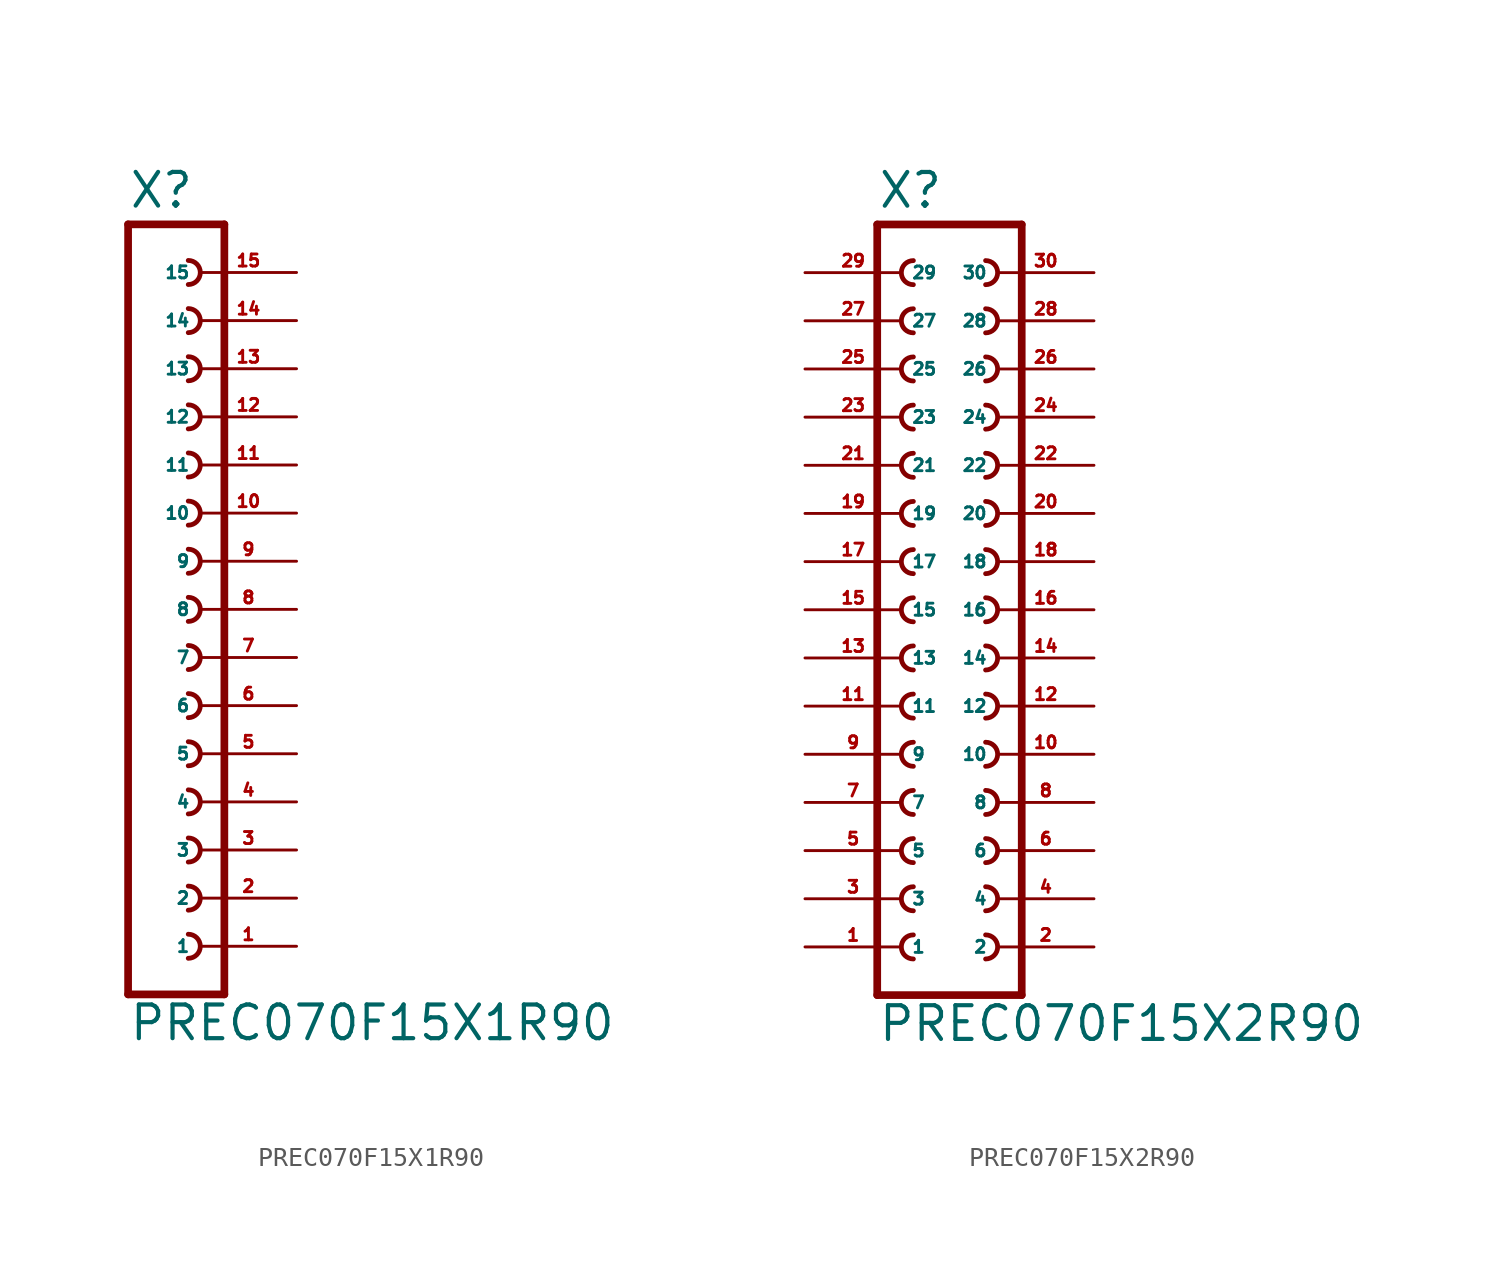
<source format=kicad_sym>
(kicad_symbol_lib
  (version 20220914)
  (generator Eagle2Kicad)
  (symbol "PREC070F15X1R90"
    (property "Reference" "X"
      (at -1.27 21.082 0)
      (effects (font (size 1.778 1.778) (thickness 0.22)) (justify left bottom)))
    (property "Value" "PREC070F15X1R90"
      (at -1.27 -22.86 0)
      (effects (font (size 1.778 1.778) (thickness 0.22)) (justify left bottom)))
    (polyline
      (pts (xy 3.81 -20.32) (xy -1.27 -20.32))
      (stroke (width 0.406) (type default))
      (fill (type none)))
    (arc
      (start 1.905 -13.335)
      (mid 2.540 -12.700)
      (end 1.905 -12.065)
      (stroke (width 0.254) (type default))
      (fill (type none)))
    (arc
      (start 1.905 -15.875)
      (mid 2.540 -15.240)
      (end 1.905 -14.605)
      (stroke (width 0.254) (type default))
      (fill (type none)))
    (arc
      (start 1.905 -18.415)
      (mid 2.540 -17.780)
      (end 1.905 -17.145)
      (stroke (width 0.254) (type default))
      (fill (type none)))
    (arc
      (start 1.905 -8.255)
      (mid 2.540 -7.620)
      (end 1.905 -6.985)
      (stroke (width 0.254) (type default))
      (fill (type none)))
    (arc
      (start 1.905 -10.795)
      (mid 2.540 -10.160)
      (end 1.905 -9.525)
      (stroke (width 0.254) (type default))
      (fill (type none)))
    (arc
      (start 1.905 -0.635)
      (mid 2.540 0.000)
      (end 1.905 0.635)
      (stroke (width 0.254) (type default))
      (fill (type none)))
    (arc
      (start 1.905 -3.175)
      (mid 2.540 -2.540)
      (end 1.905 -1.905)
      (stroke (width 0.254) (type default))
      (fill (type none)))
    (arc
      (start 1.905 -5.715)
      (mid 2.540 -5.080)
      (end 1.905 -4.445)
      (stroke (width 0.254) (type default))
      (fill (type none)))
    (arc
      (start 1.905 4.445)
      (mid 2.540 5.080)
      (end 1.905 5.715)
      (stroke (width 0.254) (type default))
      (fill (type none)))
    (arc
      (start 1.905 1.905)
      (mid 2.540 2.540)
      (end 1.905 3.175)
      (stroke (width 0.254) (type default))
      (fill (type none)))
    (arc
      (start 1.905 12.065)
      (mid 2.540 12.700)
      (end 1.905 13.335)
      (stroke (width 0.254) (type default))
      (fill (type none)))
    (arc
      (start 1.905 9.525)
      (mid 2.540 10.160)
      (end 1.905 10.795)
      (stroke (width 0.254) (type default))
      (fill (type none)))
    (arc
      (start 1.905 6.985)
      (mid 2.540 7.620)
      (end 1.905 8.255)
      (stroke (width 0.254) (type default))
      (fill (type none)))
    (arc
      (start 1.905 17.145)
      (mid 2.540 17.780)
      (end 1.905 18.415)
      (stroke (width 0.254) (type default))
      (fill (type none)))
    (arc
      (start 1.905 14.605)
      (mid 2.540 15.240)
      (end 1.905 15.875)
      (stroke (width 0.254) (type default))
      (fill (type none)))
    (polyline
      (pts (xy -1.27 20.32) (xy -1.27 -20.32))
      (stroke (width 0.406) (type default))
      (fill (type none)))
    (polyline
      (pts (xy 3.81 -20.32) (xy 3.81 20.32))
      (stroke (width 0.406) (type default))
      (fill (type none)))
    (polyline
      (pts (xy -1.27 20.32) (xy 3.81 20.32))
      (stroke (width 0.406) (type default))
      (fill (type none)))
    (pin passive line
      (at 7.62 -17.78 180)
      (length 5.08)
      (name "1" (effects (font (size 0.635 0.635) (thickness 0.08)) (justify left bottom)))
      (number "1" (effects (font (size 0.635 0.635) (thickness 0.08)) (justify left bottom))))
    (pin passive line
      (at 7.62 -15.24 180)
      (length 5.08)
      (name "2" (effects (font (size 0.635 0.635) (thickness 0.08)) (justify left bottom)))
      (number "2" (effects (font (size 0.635 0.635) (thickness 0.08)) (justify left bottom))))
    (pin passive line
      (at 7.62 -12.7 180)
      (length 5.08)
      (name "3" (effects (font (size 0.635 0.635) (thickness 0.08)) (justify left bottom)))
      (number "3" (effects (font (size 0.635 0.635) (thickness 0.08)) (justify left bottom))))
    (pin passive line
      (at 7.62 -10.16 180)
      (length 5.08)
      (name "4" (effects (font (size 0.635 0.635) (thickness 0.08)) (justify left bottom)))
      (number "4" (effects (font (size 0.635 0.635) (thickness 0.08)) (justify left bottom))))
    (pin passive line
      (at 7.62 -7.62 180)
      (length 5.08)
      (name "5" (effects (font (size 0.635 0.635) (thickness 0.08)) (justify left bottom)))
      (number "5" (effects (font (size 0.635 0.635) (thickness 0.08)) (justify left bottom))))
    (pin passive line
      (at 7.62 -5.08 180)
      (length 5.08)
      (name "6" (effects (font (size 0.635 0.635) (thickness 0.08)) (justify left bottom)))
      (number "6" (effects (font (size 0.635 0.635) (thickness 0.08)) (justify left bottom))))
    (pin passive line
      (at 7.62 -2.54 180)
      (length 5.08)
      (name "7" (effects (font (size 0.635 0.635) (thickness 0.08)) (justify left bottom)))
      (number "7" (effects (font (size 0.635 0.635) (thickness 0.08)) (justify left bottom))))
    (pin passive line
      (at 7.62 0 180)
      (length 5.08)
      (name "8" (effects (font (size 0.635 0.635) (thickness 0.08)) (justify left bottom)))
      (number "8" (effects (font (size 0.635 0.635) (thickness 0.08)) (justify left bottom))))
    (pin passive line
      (at 7.62 2.54 180)
      (length 5.08)
      (name "9" (effects (font (size 0.635 0.635) (thickness 0.08)) (justify left bottom)))
      (number "9" (effects (font (size 0.635 0.635) (thickness 0.08)) (justify left bottom))))
    (pin passive line
      (at 7.62 5.08 180)
      (length 5.08)
      (name "10" (effects (font (size 0.635 0.635) (thickness 0.08)) (justify left bottom)))
      (number "10" (effects (font (size 0.635 0.635) (thickness 0.08)) (justify left bottom))))
    (pin passive line
      (at 7.62 7.62 180)
      (length 5.08)
      (name "11" (effects (font (size 0.635 0.635) (thickness 0.08)) (justify left bottom)))
      (number "11" (effects (font (size 0.635 0.635) (thickness 0.08)) (justify left bottom))))
    (pin passive line
      (at 7.62 10.16 180)
      (length 5.08)
      (name "12" (effects (font (size 0.635 0.635) (thickness 0.08)) (justify left bottom)))
      (number "12" (effects (font (size 0.635 0.635) (thickness 0.08)) (justify left bottom))))
    (pin passive line
      (at 7.62 12.7 180)
      (length 5.08)
      (name "13" (effects (font (size 0.635 0.635) (thickness 0.08)) (justify left bottom)))
      (number "13" (effects (font (size 0.635 0.635) (thickness 0.08)) (justify left bottom))))
    (pin passive line
      (at 7.62 15.24 180)
      (length 5.08)
      (name "14" (effects (font (size 0.635 0.635) (thickness 0.08)) (justify left bottom)))
      (number "14" (effects (font (size 0.635 0.635) (thickness 0.08)) (justify left bottom))))
    (pin passive line
      (at 7.62 17.78 180)
      (length 5.08)
      (name "15" (effects (font (size 0.635 0.635) (thickness 0.08)) (justify left bottom)))
      (number "15" (effects (font (size 0.635 0.635) (thickness 0.08)) (justify left bottom)))))
  (symbol "PREC070F15X2R90"
    (property "Reference" "X"
      (at -3.81 21.082 0)
      (effects (font (size 1.778 1.778) (thickness 0.22)) (justify left bottom)))
    (property "Value" "PREC070F15X2R90"
      (at -3.81 -22.86 0)
      (effects (font (size 1.778 1.778) (thickness 0.22)) (justify left bottom)))
    (polyline
      (pts (xy 3.81 -20.32) (xy -3.81 -20.32))
      (stroke (width 0.406) (type default))
      (fill (type none)))
    (arc
      (start -1.905 -12.065)
      (mid -2.540 -12.700)
      (end -1.905 -13.335)
      (stroke (width 0.254) (type default))
      (fill (type none)))
    (arc
      (start -1.905 -14.605)
      (mid -2.540 -15.240)
      (end -1.905 -15.875)
      (stroke (width 0.254) (type default))
      (fill (type none)))
    (arc
      (start -1.905 -17.145)
      (mid -2.540 -17.780)
      (end -1.905 -18.415)
      (stroke (width 0.254) (type default))
      (fill (type none)))
    (arc
      (start 1.905 -13.335)
      (mid 2.540 -12.700)
      (end 1.905 -12.065)
      (stroke (width 0.254) (type default))
      (fill (type none)))
    (arc
      (start 1.905 -15.875)
      (mid 2.540 -15.240)
      (end 1.905 -14.605)
      (stroke (width 0.254) (type default))
      (fill (type none)))
    (arc
      (start 1.905 -18.415)
      (mid 2.540 -17.780)
      (end 1.905 -17.145)
      (stroke (width 0.254) (type default))
      (fill (type none)))
    (arc
      (start -1.905 -6.985)
      (mid -2.540 -7.620)
      (end -1.905 -8.255)
      (stroke (width 0.254) (type default))
      (fill (type none)))
    (arc
      (start -1.905 -9.525)
      (mid -2.540 -10.160)
      (end -1.905 -10.795)
      (stroke (width 0.254) (type default))
      (fill (type none)))
    (arc
      (start 1.905 -8.255)
      (mid 2.540 -7.620)
      (end 1.905 -6.985)
      (stroke (width 0.254) (type default))
      (fill (type none)))
    (arc
      (start 1.905 -10.795)
      (mid 2.540 -10.160)
      (end 1.905 -9.525)
      (stroke (width 0.254) (type default))
      (fill (type none)))
    (arc
      (start -1.905 0.635)
      (mid -2.540 0.000)
      (end -1.905 -0.635)
      (stroke (width 0.254) (type default))
      (fill (type none)))
    (arc
      (start -1.905 -1.905)
      (mid -2.540 -2.540)
      (end -1.905 -3.175)
      (stroke (width 0.254) (type default))
      (fill (type none)))
    (arc
      (start -1.905 -4.445)
      (mid -2.540 -5.080)
      (end -1.905 -5.715)
      (stroke (width 0.254) (type default))
      (fill (type none)))
    (arc
      (start 1.905 -0.635)
      (mid 2.540 0.000)
      (end 1.905 0.635)
      (stroke (width 0.254) (type default))
      (fill (type none)))
    (arc
      (start 1.905 -3.175)
      (mid 2.540 -2.540)
      (end 1.905 -1.905)
      (stroke (width 0.254) (type default))
      (fill (type none)))
    (arc
      (start 1.905 -5.715)
      (mid 2.540 -5.080)
      (end 1.905 -4.445)
      (stroke (width 0.254) (type default))
      (fill (type none)))
    (arc
      (start -1.905 5.715)
      (mid -2.540 5.080)
      (end -1.905 4.445)
      (stroke (width 0.254) (type default))
      (fill (type none)))
    (arc
      (start -1.905 3.175)
      (mid -2.540 2.540)
      (end -1.905 1.905)
      (stroke (width 0.254) (type default))
      (fill (type none)))
    (arc
      (start 1.905 4.445)
      (mid 2.540 5.080)
      (end 1.905 5.715)
      (stroke (width 0.254) (type default))
      (fill (type none)))
    (arc
      (start 1.905 1.905)
      (mid 2.540 2.540)
      (end 1.905 3.175)
      (stroke (width 0.254) (type default))
      (fill (type none)))
    (arc
      (start -1.905 13.335)
      (mid -2.540 12.700)
      (end -1.905 12.065)
      (stroke (width 0.254) (type default))
      (fill (type none)))
    (arc
      (start -1.905 10.795)
      (mid -2.540 10.160)
      (end -1.905 9.525)
      (stroke (width 0.254) (type default))
      (fill (type none)))
    (arc
      (start -1.905 8.255)
      (mid -2.540 7.620)
      (end -1.905 6.985)
      (stroke (width 0.254) (type default))
      (fill (type none)))
    (arc
      (start 1.905 12.065)
      (mid 2.540 12.700)
      (end 1.905 13.335)
      (stroke (width 0.254) (type default))
      (fill (type none)))
    (arc
      (start 1.905 9.525)
      (mid 2.540 10.160)
      (end 1.905 10.795)
      (stroke (width 0.254) (type default))
      (fill (type none)))
    (arc
      (start 1.905 6.985)
      (mid 2.540 7.620)
      (end 1.905 8.255)
      (stroke (width 0.254) (type default))
      (fill (type none)))
    (arc
      (start -1.905 18.415)
      (mid -2.540 17.780)
      (end -1.905 17.145)
      (stroke (width 0.254) (type default))
      (fill (type none)))
    (arc
      (start -1.905 15.875)
      (mid -2.540 15.240)
      (end -1.905 14.605)
      (stroke (width 0.254) (type default))
      (fill (type none)))
    (arc
      (start 1.905 17.145)
      (mid 2.540 17.780)
      (end 1.905 18.415)
      (stroke (width 0.254) (type default))
      (fill (type none)))
    (arc
      (start 1.905 14.605)
      (mid 2.540 15.240)
      (end 1.905 15.875)
      (stroke (width 0.254) (type default))
      (fill (type none)))
    (polyline
      (pts (xy -3.81 20.32) (xy -3.81 -20.32))
      (stroke (width 0.406) (type default))
      (fill (type none)))
    (polyline
      (pts (xy 3.81 -20.32) (xy 3.81 20.32))
      (stroke (width 0.406) (type default))
      (fill (type none)))
    (polyline
      (pts (xy -3.81 20.32) (xy 3.81 20.32))
      (stroke (width 0.406) (type default))
      (fill (type none)))
    (pin passive line
      (at -7.62 -17.78 0)
      (length 5.08)
      (name "1" (effects (font (size 0.635 0.635) (thickness 0.08)) (justify left bottom)))
      (number "1" (effects (font (size 0.635 0.635) (thickness 0.08)) (justify left bottom))))
    (pin passive line
      (at -7.62 -15.24 0)
      (length 5.08)
      (name "3" (effects (font (size 0.635 0.635) (thickness 0.08)) (justify left bottom)))
      (number "3" (effects (font (size 0.635 0.635) (thickness 0.08)) (justify left bottom))))
    (pin passive line
      (at -7.62 -12.7 0)
      (length 5.08)
      (name "5" (effects (font (size 0.635 0.635) (thickness 0.08)) (justify left bottom)))
      (number "5" (effects (font (size 0.635 0.635) (thickness 0.08)) (justify left bottom))))
    (pin passive line
      (at 7.62 -17.78 180)
      (length 5.08)
      (name "2" (effects (font (size 0.635 0.635) (thickness 0.08)) (justify left bottom)))
      (number "2" (effects (font (size 0.635 0.635) (thickness 0.08)) (justify left bottom))))
    (pin passive line
      (at 7.62 -15.24 180)
      (length 5.08)
      (name "4" (effects (font (size 0.635 0.635) (thickness 0.08)) (justify left bottom)))
      (number "4" (effects (font (size 0.635 0.635) (thickness 0.08)) (justify left bottom))))
    (pin passive line
      (at 7.62 -12.7 180)
      (length 5.08)
      (name "6" (effects (font (size 0.635 0.635) (thickness 0.08)) (justify left bottom)))
      (number "6" (effects (font (size 0.635 0.635) (thickness 0.08)) (justify left bottom))))
    (pin passive line
      (at -7.62 -10.16 0)
      (length 5.08)
      (name "7" (effects (font (size 0.635 0.635) (thickness 0.08)) (justify left bottom)))
      (number "7" (effects (font (size 0.635 0.635) (thickness 0.08)) (justify left bottom))))
    (pin passive line
      (at -7.62 -7.62 0)
      (length 5.08)
      (name "9" (effects (font (size 0.635 0.635) (thickness 0.08)) (justify left bottom)))
      (number "9" (effects (font (size 0.635 0.635) (thickness 0.08)) (justify left bottom))))
    (pin passive line
      (at 7.62 -10.16 180)
      (length 5.08)
      (name "8" (effects (font (size 0.635 0.635) (thickness 0.08)) (justify left bottom)))
      (number "8" (effects (font (size 0.635 0.635) (thickness 0.08)) (justify left bottom))))
    (pin passive line
      (at 7.62 -7.62 180)
      (length 5.08)
      (name "10" (effects (font (size 0.635 0.635) (thickness 0.08)) (justify left bottom)))
      (number "10" (effects (font (size 0.635 0.635) (thickness 0.08)) (justify left bottom))))
    (pin passive line
      (at -7.62 -5.08 0)
      (length 5.08)
      (name "11" (effects (font (size 0.635 0.635) (thickness 0.08)) (justify left bottom)))
      (number "11" (effects (font (size 0.635 0.635) (thickness 0.08)) (justify left bottom))))
    (pin passive line
      (at -7.62 -2.54 0)
      (length 5.08)
      (name "13" (effects (font (size 0.635 0.635) (thickness 0.08)) (justify left bottom)))
      (number "13" (effects (font (size 0.635 0.635) (thickness 0.08)) (justify left bottom))))
    (pin passive line
      (at -7.62 0 0)
      (length 5.08)
      (name "15" (effects (font (size 0.635 0.635) (thickness 0.08)) (justify left bottom)))
      (number "15" (effects (font (size 0.635 0.635) (thickness 0.08)) (justify left bottom))))
    (pin passive line
      (at 7.62 -5.08 180)
      (length 5.08)
      (name "12" (effects (font (size 0.635 0.635) (thickness 0.08)) (justify left bottom)))
      (number "12" (effects (font (size 0.635 0.635) (thickness 0.08)) (justify left bottom))))
    (pin passive line
      (at 7.62 -2.54 180)
      (length 5.08)
      (name "14" (effects (font (size 0.635 0.635) (thickness 0.08)) (justify left bottom)))
      (number "14" (effects (font (size 0.635 0.635) (thickness 0.08)) (justify left bottom))))
    (pin passive line
      (at 7.62 0 180)
      (length 5.08)
      (name "16" (effects (font (size 0.635 0.635) (thickness 0.08)) (justify left bottom)))
      (number "16" (effects (font (size 0.635 0.635) (thickness 0.08)) (justify left bottom))))
    (pin passive line
      (at -7.62 2.54 0)
      (length 5.08)
      (name "17" (effects (font (size 0.635 0.635) (thickness 0.08)) (justify left bottom)))
      (number "17" (effects (font (size 0.635 0.635) (thickness 0.08)) (justify left bottom))))
    (pin passive line
      (at -7.62 5.08 0)
      (length 5.08)
      (name "19" (effects (font (size 0.635 0.635) (thickness 0.08)) (justify left bottom)))
      (number "19" (effects (font (size 0.635 0.635) (thickness 0.08)) (justify left bottom))))
    (pin passive line
      (at 7.62 2.54 180)
      (length 5.08)
      (name "18" (effects (font (size 0.635 0.635) (thickness 0.08)) (justify left bottom)))
      (number "18" (effects (font (size 0.635 0.635) (thickness 0.08)) (justify left bottom))))
    (pin passive line
      (at 7.62 5.08 180)
      (length 5.08)
      (name "20" (effects (font (size 0.635 0.635) (thickness 0.08)) (justify left bottom)))
      (number "20" (effects (font (size 0.635 0.635) (thickness 0.08)) (justify left bottom))))
    (pin passive line
      (at -7.62 7.62 0)
      (length 5.08)
      (name "21" (effects (font (size 0.635 0.635) (thickness 0.08)) (justify left bottom)))
      (number "21" (effects (font (size 0.635 0.635) (thickness 0.08)) (justify left bottom))))
    (pin passive line
      (at -7.62 10.16 0)
      (length 5.08)
      (name "23" (effects (font (size 0.635 0.635) (thickness 0.08)) (justify left bottom)))
      (number "23" (effects (font (size 0.635 0.635) (thickness 0.08)) (justify left bottom))))
    (pin passive line
      (at -7.62 12.7 0)
      (length 5.08)
      (name "25" (effects (font (size 0.635 0.635) (thickness 0.08)) (justify left bottom)))
      (number "25" (effects (font (size 0.635 0.635) (thickness 0.08)) (justify left bottom))))
    (pin passive line
      (at 7.62 7.62 180)
      (length 5.08)
      (name "22" (effects (font (size 0.635 0.635) (thickness 0.08)) (justify left bottom)))
      (number "22" (effects (font (size 0.635 0.635) (thickness 0.08)) (justify left bottom))))
    (pin passive line
      (at 7.62 10.16 180)
      (length 5.08)
      (name "24" (effects (font (size 0.635 0.635) (thickness 0.08)) (justify left bottom)))
      (number "24" (effects (font (size 0.635 0.635) (thickness 0.08)) (justify left bottom))))
    (pin passive line
      (at 7.62 12.7 180)
      (length 5.08)
      (name "26" (effects (font (size 0.635 0.635) (thickness 0.08)) (justify left bottom)))
      (number "26" (effects (font (size 0.635 0.635) (thickness 0.08)) (justify left bottom))))
    (pin passive line
      (at -7.62 15.24 0)
      (length 5.08)
      (name "27" (effects (font (size 0.635 0.635) (thickness 0.08)) (justify left bottom)))
      (number "27" (effects (font (size 0.635 0.635) (thickness 0.08)) (justify left bottom))))
    (pin passive line
      (at -7.62 17.78 0)
      (length 5.08)
      (name "29" (effects (font (size 0.635 0.635) (thickness 0.08)) (justify left bottom)))
      (number "29" (effects (font (size 0.635 0.635) (thickness 0.08)) (justify left bottom))))
    (pin passive line
      (at 7.62 15.24 180)
      (length 5.08)
      (name "28" (effects (font (size 0.635 0.635) (thickness 0.08)) (justify left bottom)))
      (number "28" (effects (font (size 0.635 0.635) (thickness 0.08)) (justify left bottom))))
    (pin passive line
      (at 7.62 17.78 180)
      (length 5.08)
      (name "30" (effects (font (size 0.635 0.635) (thickness 0.08)) (justify left bottom)))
      (number "30" (effects (font (size 0.635 0.635) (thickness 0.08)) (justify left bottom))))))
</source>
